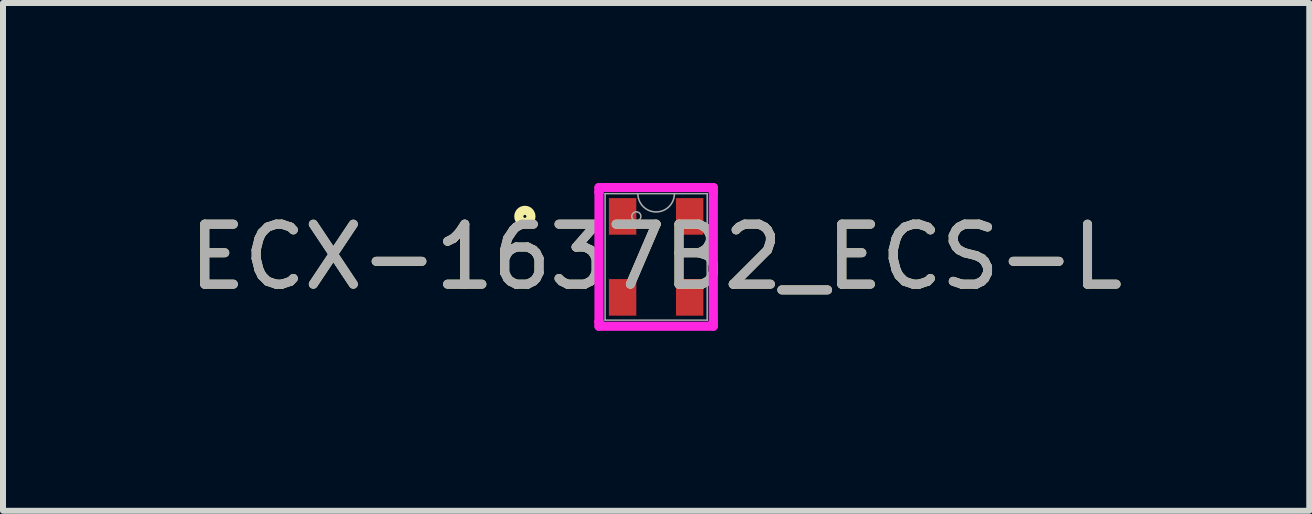
<source format=kicad_pcb>
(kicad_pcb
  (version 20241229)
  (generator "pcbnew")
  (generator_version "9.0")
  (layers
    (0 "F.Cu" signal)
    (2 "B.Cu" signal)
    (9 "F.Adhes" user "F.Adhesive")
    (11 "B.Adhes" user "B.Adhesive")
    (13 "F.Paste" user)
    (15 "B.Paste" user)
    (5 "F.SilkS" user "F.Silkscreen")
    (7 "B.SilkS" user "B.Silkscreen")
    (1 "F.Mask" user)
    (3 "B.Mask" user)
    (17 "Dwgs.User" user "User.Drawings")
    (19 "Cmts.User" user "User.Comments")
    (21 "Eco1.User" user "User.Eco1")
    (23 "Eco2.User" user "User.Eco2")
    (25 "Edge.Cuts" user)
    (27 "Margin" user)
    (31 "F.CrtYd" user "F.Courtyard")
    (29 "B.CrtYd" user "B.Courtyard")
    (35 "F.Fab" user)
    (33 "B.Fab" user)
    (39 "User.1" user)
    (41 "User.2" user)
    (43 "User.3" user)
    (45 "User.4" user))
  (footprint "ECX-1637B2_ECS-L"
    (layer "F.Cu")
    (at 7.887 1.232)
    (property "Reference" "ECX-1637B2_ECS-L" (at 0 0 0) (unlocked yes) (layer "F.SilkS") (effects (font (size 1 1) (thickness 0.15))))
    (attr smd)
    (fp_circle (center -2.188 -0.675) (end -2.087 -0.675) (stroke (width 0.152) (type solid)) (fill no) (layer "F.SilkS"))
    (fp_line (start -0.953 -1.156) (end 0.953 -1.156) (stroke (width 0.152) (type solid)) (layer "F.CrtYd"))
    (fp_line (start -0.953 -1.081) (end -0.953 -1.156) (stroke (width 0.152) (type solid)) (layer "F.CrtYd"))
    (fp_line (start -0.953 -1.081) (end -0.953 -1.081) (stroke (width 0.152) (type solid)) (layer "F.CrtYd"))
    (fp_line (start -0.953 1.081) (end -0.953 -1.081) (stroke (width 0.152) (type solid)) (layer "F.CrtYd"))
    (fp_line (start -0.953 1.081) (end -0.953 1.081) (stroke (width 0.152) (type solid)) (layer "F.CrtYd"))
    (fp_line (start -0.953 1.156) (end -0.953 1.081) (stroke (width 0.152) (type solid)) (layer "F.CrtYd"))
    (fp_line (start 0.953 -1.156) (end 0.953 -1.081) (stroke (width 0.152) (type solid)) (layer "F.CrtYd"))
    (fp_line (start 0.953 -1.081) (end 0.953 -1.081) (stroke (width 0.152) (type solid)) (layer "F.CrtYd"))
    (fp_line (start 0.953 -1.081) (end 0.953 1.081) (stroke (width 0.152) (type solid)) (layer "F.CrtYd"))
    (fp_line (start 0.953 1.081) (end 0.953 1.081) (stroke (width 0.152) (type solid)) (layer "F.CrtYd"))
    (fp_line (start 0.953 1.081) (end 0.953 1.156) (stroke (width 0.152) (type solid)) (layer "F.CrtYd"))
    (fp_line (start 0.953 1.156) (end -0.953 1.156) (stroke (width 0.152) (type solid)) (layer "F.CrtYd"))
    (fp_line (start -0.851 -1.054) (end -0.851 1.054) (stroke (width 0.025) (type solid)) (layer "F.Fab"))
    (fp_line (start -0.851 1.054) (end 0.851 1.054) (stroke (width 0.025) (type solid)) (layer "F.Fab"))
    (fp_line (start 0.851 -1.054) (end -0.851 -1.054) (stroke (width 0.025) (type solid)) (layer "F.Fab"))
    (fp_line (start 0.851 1.054) (end 0.851 -1.054) (stroke (width 0.025) (type solid)) (layer "F.Fab"))
    (fp_arc (start 0.3048 -1.0541) (mid 0 -0.7493) (end -0.3048 -1.0541) (stroke (width 0.0254) (type solid)) (layer "F.Fab"))
    (fp_circle (center -0.33 -0.675) (end -0.254 -0.675) (stroke (width 0.025) (type solid)) (fill no) (layer "F.Fab"))
    (fp_text user "${REFERENCE}" (at 0 0 0) (unlocked yes) (layer "F.Fab") (effects (font (size 1 1) (thickness 0.15))))
    (pad "1" smd rect (at -0.559 -0.675) (size 0.457 0.61) (layers "F.Cu" "F.Mask" "F.Paste"))
    (pad "2" smd rect (at -0.559 0.675) (size 0.457 0.61) (layers "F.Cu" "F.Mask" "F.Paste"))
    (pad "3" smd rect (at 0.559 0.675) (size 0.457 0.61) (layers "F.Cu" "F.Mask" "F.Paste"))
    (pad "4" smd rect (at 0.559 -0.675) (size 0.457 0.61) (layers "F.Cu" "F.Mask" "F.Paste")))
  (gr_rect
    (start -3 -3)
    (end 18.774 5.464)
    (stroke (width 0.1) (type default))
    (fill no)
    (layer "Edge.Cuts")))
</source>
